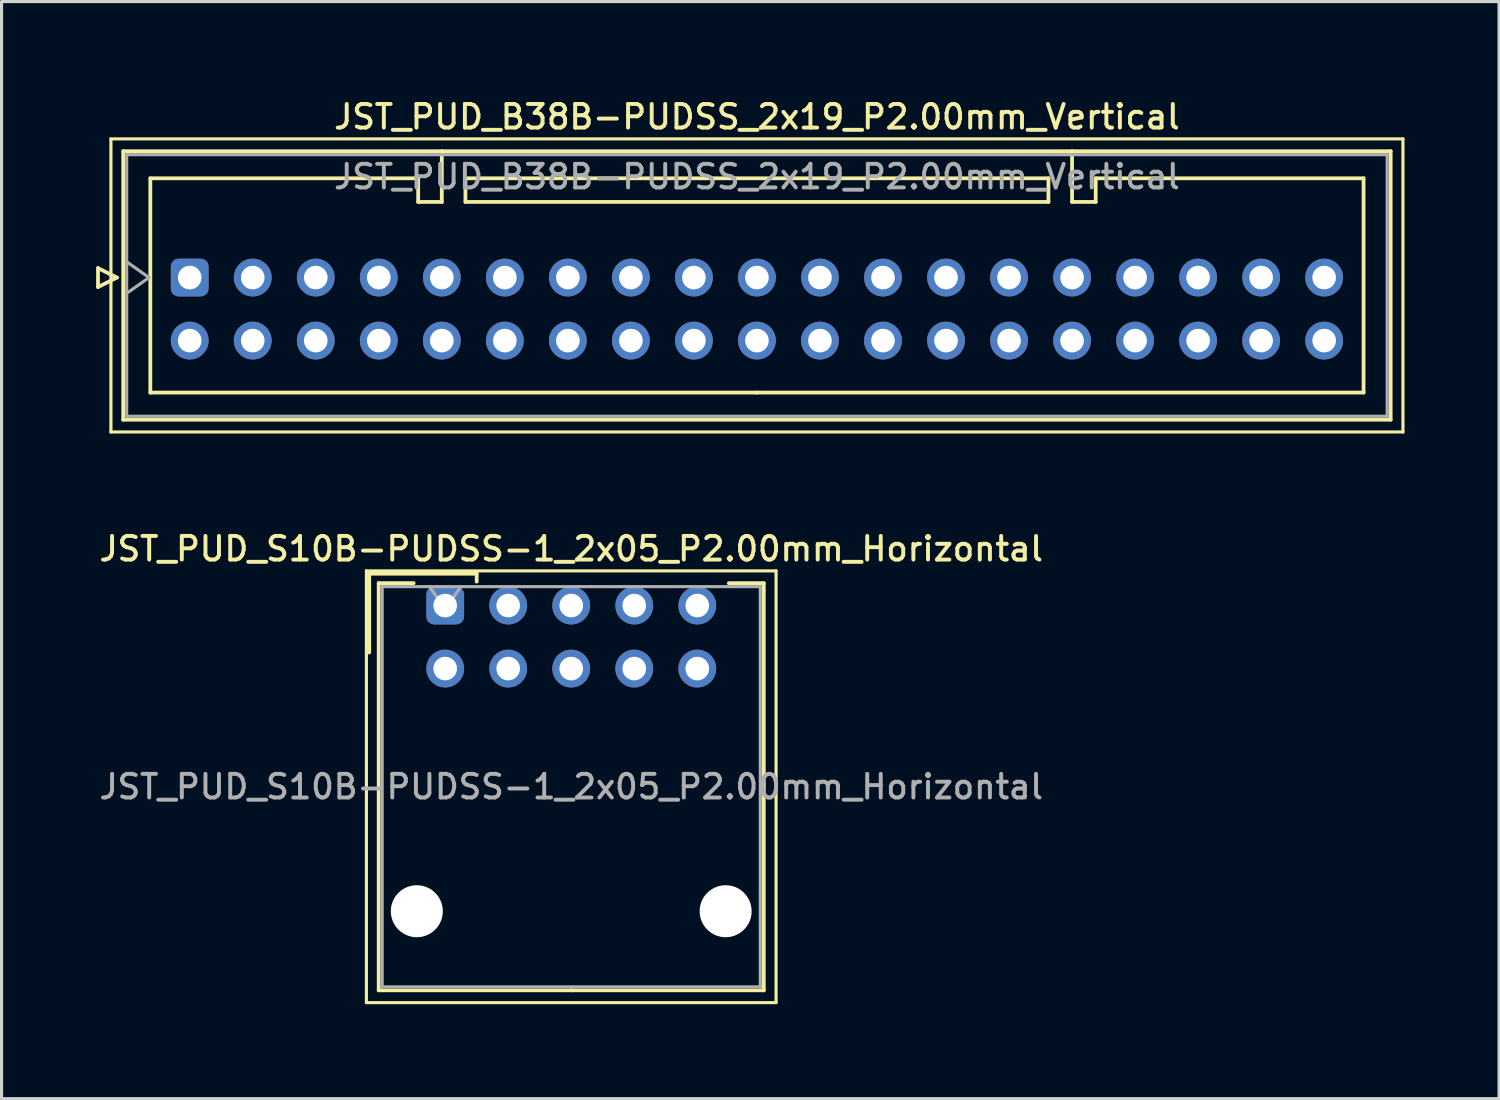
<source format=kicad_pcb>
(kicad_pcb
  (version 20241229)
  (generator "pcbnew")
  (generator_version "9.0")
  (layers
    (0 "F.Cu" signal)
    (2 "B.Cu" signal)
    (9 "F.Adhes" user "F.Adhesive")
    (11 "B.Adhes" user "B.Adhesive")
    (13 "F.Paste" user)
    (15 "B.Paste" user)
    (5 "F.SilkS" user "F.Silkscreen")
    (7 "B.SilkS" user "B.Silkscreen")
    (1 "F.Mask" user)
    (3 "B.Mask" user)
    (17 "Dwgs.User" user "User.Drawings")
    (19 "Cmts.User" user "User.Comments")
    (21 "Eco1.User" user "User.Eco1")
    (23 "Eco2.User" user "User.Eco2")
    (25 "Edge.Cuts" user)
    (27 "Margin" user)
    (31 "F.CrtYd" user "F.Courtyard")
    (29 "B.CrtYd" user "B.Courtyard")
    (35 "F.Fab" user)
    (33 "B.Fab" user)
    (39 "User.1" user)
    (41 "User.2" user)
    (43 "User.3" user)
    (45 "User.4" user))
  (footprint "JST_PUD_S10B-PUDSS-1_2x05_P2.00mm_Horizontal"
    (layer "F.Cu")
    (at 11.077 16.166)
    (property "Reference" "JST_PUD_S10B-PUDSS-1_2x05_P2.00mm_Horizontal" (at 4 -1.8 0) (layer "F.SilkS") (effects (font (size 0.75 0.75) (thickness 0.125))))
    (attr through_hole)
    (fp_line (start -2.5 -1.1) (end -2.5 12.6) (stroke (width 0.1) (type solid)) (layer "F.SilkS"))
    (fp_line (start -2.5 12.6) (end 10.5 12.6) (stroke (width 0.1) (type solid)) (layer "F.SilkS"))
    (fp_line (start -2.41 -1.01) (end -2.41 1.49) (stroke (width 0.12) (type solid)) (layer "F.SilkS"))
    (fp_line (start -2.11 -0.71) (end -2.11 12.21) (stroke (width 0.12) (type solid)) (layer "F.SilkS"))
    (fp_line (start -2.11 12.21) (end 4 12.21) (stroke (width 0.12) (type solid)) (layer "F.SilkS"))
    (fp_line (start -1 -0.71) (end -2.11 -0.71) (stroke (width 0.12) (type solid)) (layer "F.SilkS"))
    (fp_line (start 1 -1.01) (end -2.41 -1.01) (stroke (width 0.12) (type solid)) (layer "F.SilkS"))
    (fp_line (start 1 -0.76) (end 1 -1.01) (stroke (width 0.12) (type solid)) (layer "F.SilkS"))
    (fp_line (start 9 -0.71) (end 10.11 -0.71) (stroke (width 0.12) (type solid)) (layer "F.SilkS"))
    (fp_line (start 10.11 -0.71) (end 10.11 12.21) (stroke (width 0.12) (type solid)) (layer "F.SilkS"))
    (fp_line (start 10.11 12.21) (end 4 12.21) (stroke (width 0.12) (type solid)) (layer "F.SilkS"))
    (fp_line (start 10.5 -1.1) (end -2.5 -1.1) (stroke (width 0.1) (type solid)) (layer "F.SilkS"))
    (fp_line (start 10.5 12.6) (end 10.5 -1.1) (stroke (width 0.1) (type solid)) (layer "F.SilkS"))
    (fp_line (start -2 -0.6) (end -2 12.1) (stroke (width 0.1) (type solid)) (layer "F.Fab"))
    (fp_line (start -2 12.1) (end 10 12.1) (stroke (width 0.1) (type solid)) (layer "F.Fab"))
    (fp_line (start 0 0.107) (end -0.5 -0.6) (stroke (width 0.1) (type solid)) (layer "F.Fab"))
    (fp_line (start 0.5 -0.6) (end 0 0.107) (stroke (width 0.1) (type solid)) (layer "F.Fab"))
    (fp_line (start 10 -0.6) (end -2 -0.6) (stroke (width 0.1) (type solid)) (layer "F.Fab"))
    (fp_line (start 10 12.1) (end 10 -0.6) (stroke (width 0.1) (type solid)) (layer "F.Fab"))
    (fp_text user "${REFERENCE}" (at 4 5.75 0) (layer "F.Fab") (effects (font (size 0.75 0.75) (thickness 0.125))))
    (pad "" np_thru_hole circle (at -0.9 9.7) (size 1.65 1.65) (drill 1.65) (layers "*.Cu" "*.Mask"))
    (pad "" np_thru_hole circle (at 8.9 9.7) (size 1.65 1.65) (drill 1.65) (layers "*.Cu" "*.Mask"))
    (pad "1" thru_hole roundrect (at 0 0) (size 1.2 1.2) (drill 0.75) (layers "*.Cu" "*.Mask") (roundrect_rratio 0.208))
    (pad "2" thru_hole circle (at 0 2) (size 1.2 1.2) (drill 0.75) (layers "*.Cu" "*.Mask"))
    (pad "3" thru_hole circle (at 2 0) (size 1.2 1.2) (drill 0.75) (layers "*.Cu" "*.Mask"))
    (pad "4" thru_hole circle (at 2 2) (size 1.2 1.2) (drill 0.75) (layers "*.Cu" "*.Mask"))
    (pad "5" thru_hole circle (at 4 0) (size 1.2 1.2) (drill 0.75) (layers "*.Cu" "*.Mask"))
    (pad "6" thru_hole circle (at 4 2) (size 1.2 1.2) (drill 0.75) (layers "*.Cu" "*.Mask"))
    (pad "7" thru_hole circle (at 6 0) (size 1.2 1.2) (drill 0.75) (layers "*.Cu" "*.Mask"))
    (pad "8" thru_hole circle (at 6 2) (size 1.2 1.2) (drill 0.75) (layers "*.Cu" "*.Mask"))
    (pad "9" thru_hole circle (at 8 0) (size 1.2 1.2) (drill 0.75) (layers "*.Cu" "*.Mask"))
    (pad "10" thru_hole circle (at 8 2) (size 1.2 1.2) (drill 0.75) (layers "*.Cu" "*.Mask")))
  (footprint "JST_PUD_B38B-PUDSS_2x19_P2.00mm_Vertical"
    (layer "F.Cu")
    (at 2.97 5.758)
    (property "Reference" "JST_PUD_B38B-PUDSS_2x19_P2.00mm_Vertical" (at 18 -5.1 0) (layer "F.SilkS") (effects (font (size 0.75 0.75) (thickness 0.125))))
    (attr through_hole)
    (fp_line (start -2.91 -0.3) (end -2.31 0) (stroke (width 0.12) (type solid)) (layer "F.SilkS"))
    (fp_line (start -2.91 0.3) (end -2.91 -0.3) (stroke (width 0.12) (type solid)) (layer "F.SilkS"))
    (fp_line (start -2.5 -4.4) (end -2.5 4.9) (stroke (width 0.1) (type solid)) (layer "F.SilkS"))
    (fp_line (start -2.5 4.9) (end 38.5 4.9) (stroke (width 0.1) (type solid)) (layer "F.SilkS"))
    (fp_line (start -2.31 0) (end -2.91 0.3) (stroke (width 0.12) (type solid)) (layer "F.SilkS"))
    (fp_line (start -2.11 -4.01) (end -2.11 4.51) (stroke (width 0.12) (type solid)) (layer "F.SilkS"))
    (fp_line (start -2.11 4.51) (end 38.11 4.51) (stroke (width 0.12) (type solid)) (layer "F.SilkS"))
    (fp_line (start -1.25 -3.15) (end -1.25 3.65) (stroke (width 0.12) (type solid)) (layer "F.SilkS"))
    (fp_line (start -1.25 3.65) (end 18 3.65) (stroke (width 0.12) (type solid)) (layer "F.SilkS"))
    (fp_line (start 7.25 -3.15) (end -1.25 -3.15) (stroke (width 0.12) (type solid)) (layer "F.SilkS"))
    (fp_line (start 7.25 -2.4) (end 7.25 -3.15) (stroke (width 0.12) (type solid)) (layer "F.SilkS"))
    (fp_line (start 8 -4.01) (end 8 -2.4) (stroke (width 0.12) (type solid)) (layer "F.SilkS"))
    (fp_line (start 8 -2.4) (end 7.25 -2.4) (stroke (width 0.12) (type solid)) (layer "F.SilkS"))
    (fp_line (start 8.75 -3.15) (end 8.75 -2.4) (stroke (width 0.12) (type solid)) (layer "F.SilkS"))
    (fp_line (start 8.75 -2.4) (end 27.25 -2.4) (stroke (width 0.12) (type solid)) (layer "F.SilkS"))
    (fp_line (start 27.25 -3.15) (end 8.75 -3.15) (stroke (width 0.12) (type solid)) (layer "F.SilkS"))
    (fp_line (start 27.25 -2.4) (end 27.25 -3.15) (stroke (width 0.12) (type solid)) (layer "F.SilkS"))
    (fp_line (start 28 -4.01) (end 28 -2.4) (stroke (width 0.12) (type solid)) (layer "F.SilkS"))
    (fp_line (start 28 -2.4) (end 28.75 -2.4) (stroke (width 0.12) (type solid)) (layer "F.SilkS"))
    (fp_line (start 28.75 -3.15) (end 37.25 -3.15) (stroke (width 0.12) (type solid)) (layer "F.SilkS"))
    (fp_line (start 28.75 -2.4) (end 28.75 -3.15) (stroke (width 0.12) (type solid)) (layer "F.SilkS"))
    (fp_line (start 37.25 -3.15) (end 37.25 3.65) (stroke (width 0.12) (type solid)) (layer "F.SilkS"))
    (fp_line (start 37.25 3.65) (end 18 3.65) (stroke (width 0.12) (type solid)) (layer "F.SilkS"))
    (fp_line (start 38.11 -4.01) (end -2.11 -4.01) (stroke (width 0.12) (type solid)) (layer "F.SilkS"))
    (fp_line (start 38.11 4.51) (end 38.11 -4.01) (stroke (width 0.12) (type solid)) (layer "F.SilkS"))
    (fp_line (start 38.5 -4.4) (end -2.5 -4.4) (stroke (width 0.1) (type solid)) (layer "F.SilkS"))
    (fp_line (start 38.5 4.9) (end 38.5 -4.4) (stroke (width 0.1) (type solid)) (layer "F.SilkS"))
    (fp_line (start -2 -3.9) (end -2 4.4) (stroke (width 0.1) (type solid)) (layer "F.Fab"))
    (fp_line (start -2 0.5) (end -1.293 0) (stroke (width 0.1) (type solid)) (layer "F.Fab"))
    (fp_line (start -2 4.4) (end 38 4.4) (stroke (width 0.1) (type solid)) (layer "F.Fab"))
    (fp_line (start -1.293 0) (end -2 -0.5) (stroke (width 0.1) (type solid)) (layer "F.Fab"))
    (fp_line (start 38 -3.9) (end -2 -3.9) (stroke (width 0.1) (type solid)) (layer "F.Fab"))
    (fp_line (start 38 4.4) (end 38 -3.9) (stroke (width 0.1) (type solid)) (layer "F.Fab"))
    (fp_text user "${REFERENCE}" (at 18 -3.2 0) (layer "F.Fab") (effects (font (size 0.75 0.75) (thickness 0.125))))
    (pad "1" thru_hole roundrect (at 0 0) (size 1.2 1.2) (drill 0.75) (layers "*.Cu" "*.Mask") (roundrect_rratio 0.208))
    (pad "2" thru_hole circle (at 0 2) (size 1.2 1.2) (drill 0.75) (layers "*.Cu" "*.Mask"))
    (pad "3" thru_hole circle (at 2 0) (size 1.2 1.2) (drill 0.75) (layers "*.Cu" "*.Mask"))
    (pad "4" thru_hole circle (at 2 2) (size 1.2 1.2) (drill 0.75) (layers "*.Cu" "*.Mask"))
    (pad "5" thru_hole circle (at 4 0) (size 1.2 1.2) (drill 0.75) (layers "*.Cu" "*.Mask"))
    (pad "6" thru_hole circle (at 4 2) (size 1.2 1.2) (drill 0.75) (layers "*.Cu" "*.Mask"))
    (pad "7" thru_hole circle (at 6 0) (size 1.2 1.2) (drill 0.75) (layers "*.Cu" "*.Mask"))
    (pad "8" thru_hole circle (at 6 2) (size 1.2 1.2) (drill 0.75) (layers "*.Cu" "*.Mask"))
    (pad "9" thru_hole circle (at 8 0) (size 1.2 1.2) (drill 0.75) (layers "*.Cu" "*.Mask"))
    (pad "10" thru_hole circle (at 8 2) (size 1.2 1.2) (drill 0.75) (layers "*.Cu" "*.Mask"))
    (pad "11" thru_hole circle (at 10 0) (size 1.2 1.2) (drill 0.75) (layers "*.Cu" "*.Mask"))
    (pad "12" thru_hole circle (at 10 2) (size 1.2 1.2) (drill 0.75) (layers "*.Cu" "*.Mask"))
    (pad "13" thru_hole circle (at 12 0) (size 1.2 1.2) (drill 0.75) (layers "*.Cu" "*.Mask"))
    (pad "14" thru_hole circle (at 12 2) (size 1.2 1.2) (drill 0.75) (layers "*.Cu" "*.Mask"))
    (pad "15" thru_hole circle (at 14 0) (size 1.2 1.2) (drill 0.75) (layers "*.Cu" "*.Mask"))
    (pad "16" thru_hole circle (at 14 2) (size 1.2 1.2) (drill 0.75) (layers "*.Cu" "*.Mask"))
    (pad "17" thru_hole circle (at 16 0) (size 1.2 1.2) (drill 0.75) (layers "*.Cu" "*.Mask"))
    (pad "18" thru_hole circle (at 16 2) (size 1.2 1.2) (drill 0.75) (layers "*.Cu" "*.Mask"))
    (pad "19" thru_hole circle (at 18 0) (size 1.2 1.2) (drill 0.75) (layers "*.Cu" "*.Mask"))
    (pad "20" thru_hole circle (at 18 2) (size 1.2 1.2) (drill 0.75) (layers "*.Cu" "*.Mask"))
    (pad "21" thru_hole circle (at 20 0) (size 1.2 1.2) (drill 0.75) (layers "*.Cu" "*.Mask"))
    (pad "22" thru_hole circle (at 20 2) (size 1.2 1.2) (drill 0.75) (layers "*.Cu" "*.Mask"))
    (pad "23" thru_hole circle (at 22 0) (size 1.2 1.2) (drill 0.75) (layers "*.Cu" "*.Mask"))
    (pad "24" thru_hole circle (at 22 2) (size 1.2 1.2) (drill 0.75) (layers "*.Cu" "*.Mask"))
    (pad "25" thru_hole circle (at 24 0) (size 1.2 1.2) (drill 0.75) (layers "*.Cu" "*.Mask"))
    (pad "26" thru_hole circle (at 24 2) (size 1.2 1.2) (drill 0.75) (layers "*.Cu" "*.Mask"))
    (pad "27" thru_hole circle (at 26 0) (size 1.2 1.2) (drill 0.75) (layers "*.Cu" "*.Mask"))
    (pad "28" thru_hole circle (at 26 2) (size 1.2 1.2) (drill 0.75) (layers "*.Cu" "*.Mask"))
    (pad "29" thru_hole circle (at 28 0) (size 1.2 1.2) (drill 0.75) (layers "*.Cu" "*.Mask"))
    (pad "30" thru_hole circle (at 28 2) (size 1.2 1.2) (drill 0.75) (layers "*.Cu" "*.Mask"))
    (pad "31" thru_hole circle (at 30 0) (size 1.2 1.2) (drill 0.75) (layers "*.Cu" "*.Mask"))
    (pad "32" thru_hole circle (at 30 2) (size 1.2 1.2) (drill 0.75) (layers "*.Cu" "*.Mask"))
    (pad "33" thru_hole circle (at 32 0) (size 1.2 1.2) (drill 0.75) (layers "*.Cu" "*.Mask"))
    (pad "34" thru_hole circle (at 32 2) (size 1.2 1.2) (drill 0.75) (layers "*.Cu" "*.Mask"))
    (pad "35" thru_hole circle (at 34 0) (size 1.2 1.2) (drill 0.75) (layers "*.Cu" "*.Mask"))
    (pad "36" thru_hole circle (at 34 2) (size 1.2 1.2) (drill 0.75) (layers "*.Cu" "*.Mask"))
    (pad "37" thru_hole circle (at 36 0) (size 1.2 1.2) (drill 0.75) (layers "*.Cu" "*.Mask"))
    (pad "38" thru_hole circle (at 36 2) (size 1.2 1.2) (drill 0.75) (layers "*.Cu" "*.Mask")))
  (gr_rect
    (start -3 -3)
    (end 44.52 31.816)
    (stroke (width 0.1) (type default))
    (fill no)
    (layer "Edge.Cuts")))
</source>
